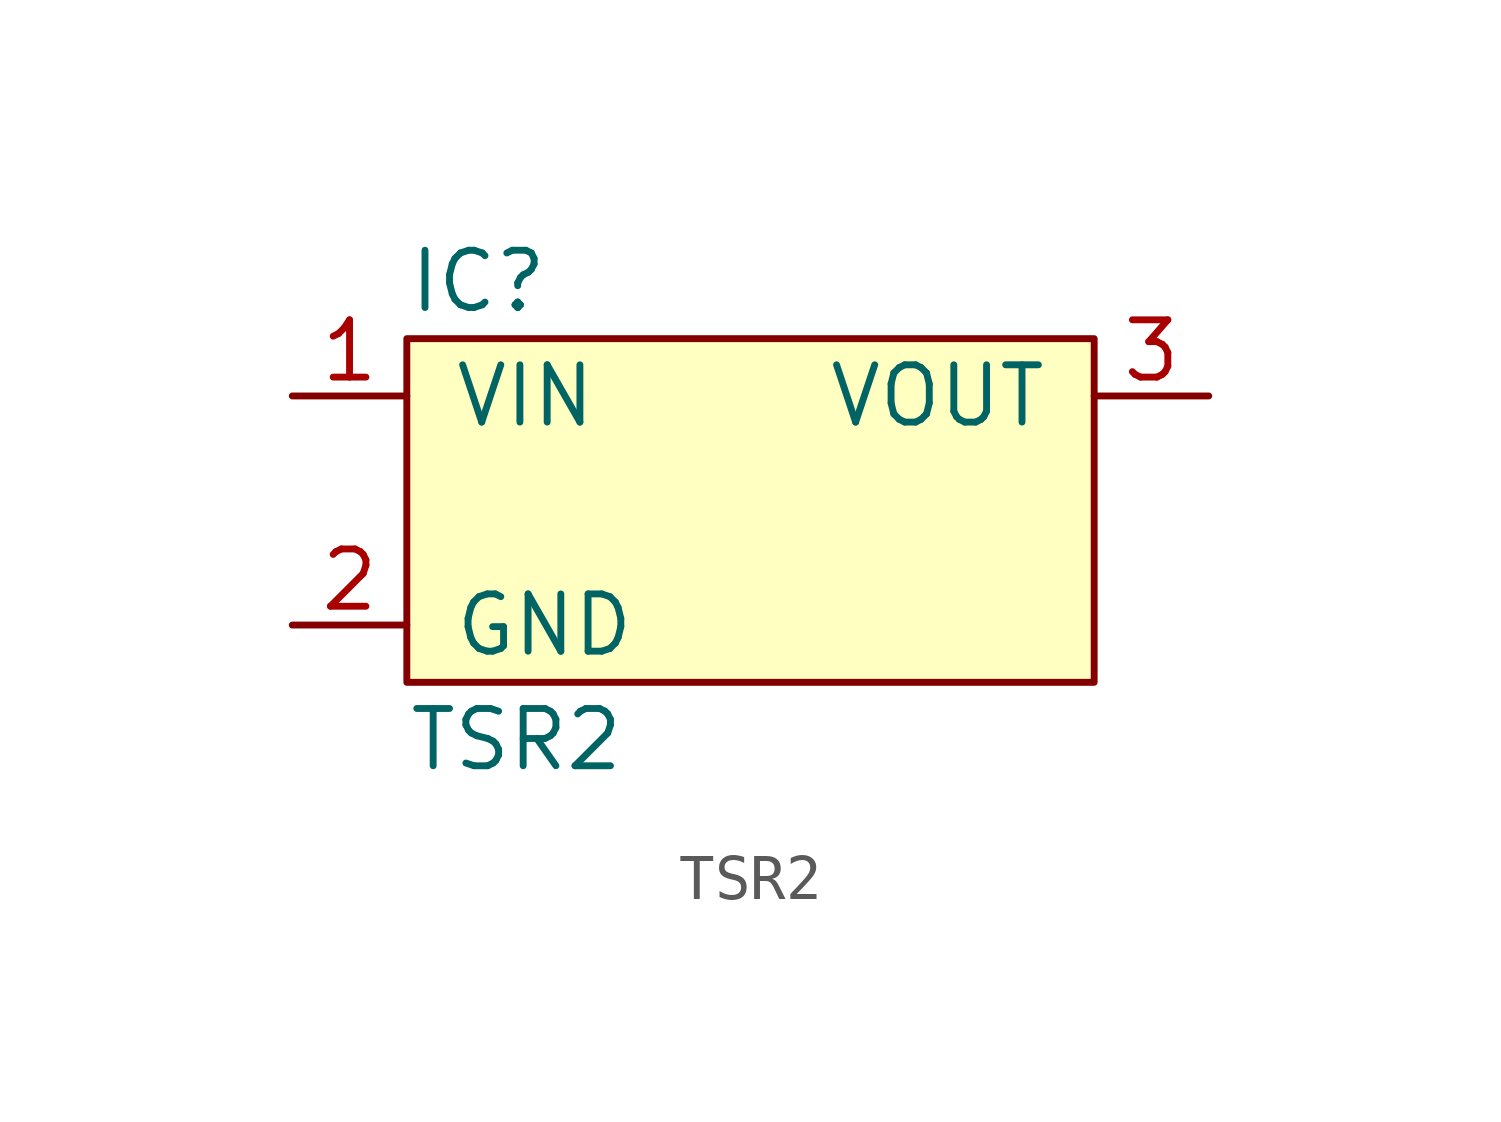
<source format=kicad_sym>
(kicad_symbol_lib
  (version 20211014)
  (generator agg_kicad.build_lib_ic)
  (symbol "TSR2"
    (pin_names
      (offset 1.016))
    (property Reference IC
      (at -7.62 5.08 0)
      (effects (font (size 1.27 1.27)) (justify left)))
    (property Value "TSR2"
      (at -7.62 -5.08 0)
      (effects (font (size 1.27 1.27)) (justify left)))
    (symbol "TSR2_0_0"
      (rectangle (start -7.62 3.81) (end 7.62 -3.81) (stroke (width 0) (type default) (color 0 0 0 0)) (fill (type background)))
      (pin power_in line (at -10.16 2.54 0) (length 2.54) (name VIN (effects (font (size 1.27 1.27)))) (number "1" (effects (font (size 1.27 1.27)))))
      (pin power_in line (at -10.16 -2.54 0) (length 2.54) (name GND (effects (font (size 1.27 1.27)))) (number "2" (effects (font (size 1.27 1.27)))))
      (pin power_out line (at 10.16 2.54 180) (length 2.54) (name VOUT (effects (font (size 1.27 1.27)))) (number "3" (effects (font (size 1.27 1.27))))))))
</source>
